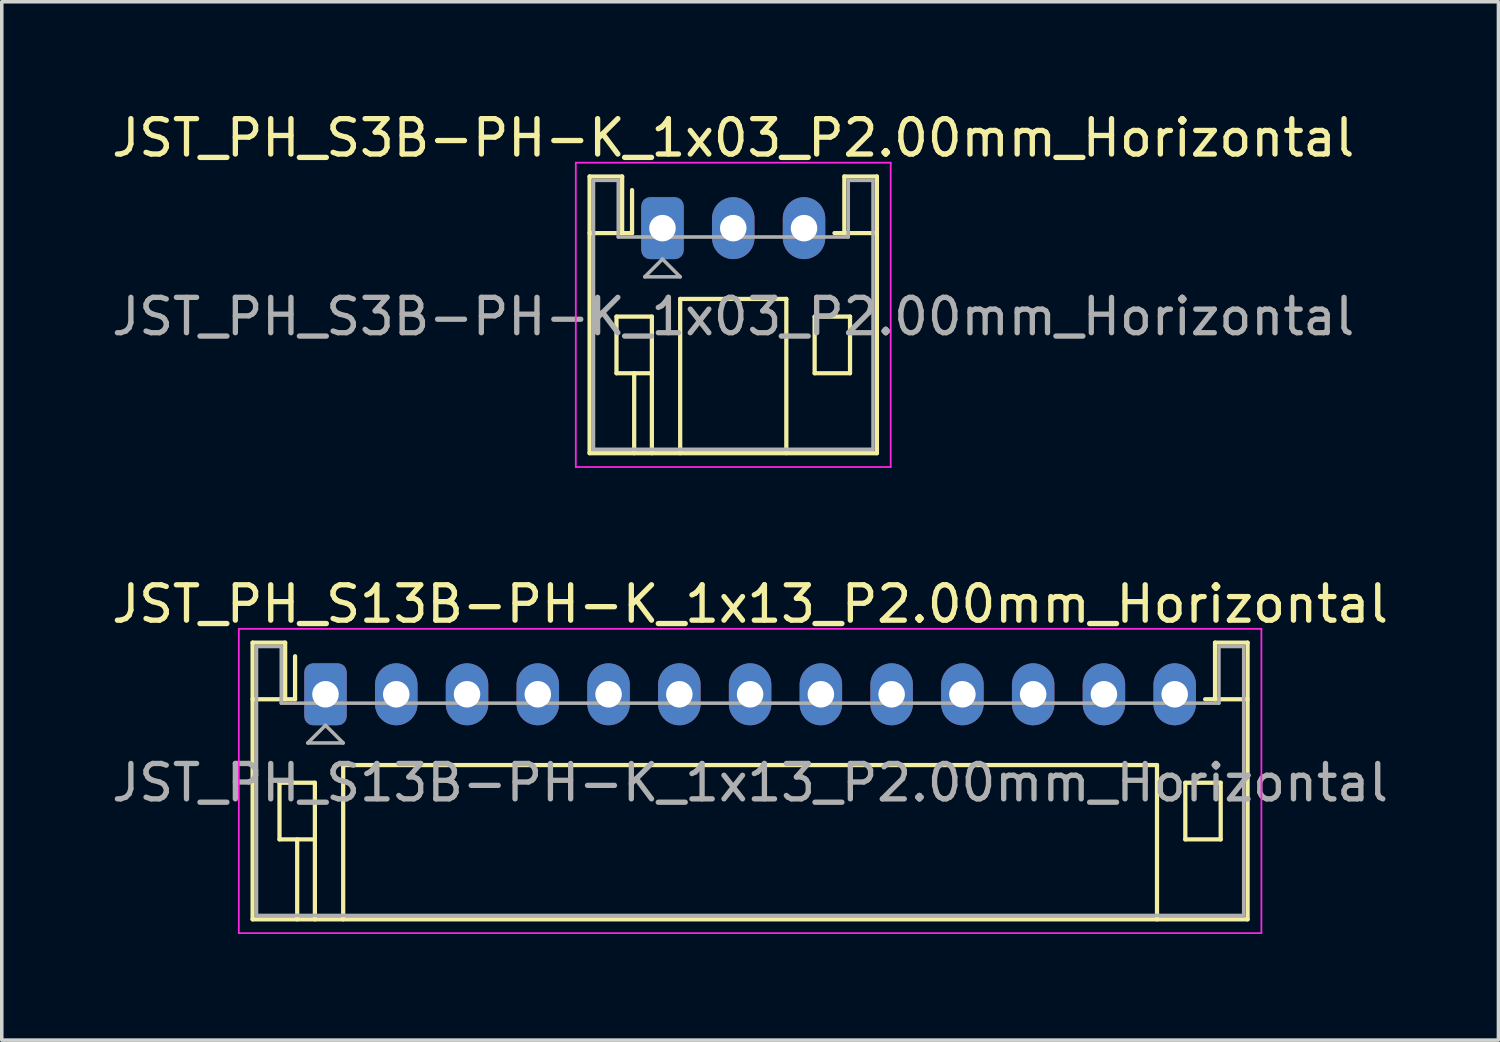
<source format=kicad_pcb>
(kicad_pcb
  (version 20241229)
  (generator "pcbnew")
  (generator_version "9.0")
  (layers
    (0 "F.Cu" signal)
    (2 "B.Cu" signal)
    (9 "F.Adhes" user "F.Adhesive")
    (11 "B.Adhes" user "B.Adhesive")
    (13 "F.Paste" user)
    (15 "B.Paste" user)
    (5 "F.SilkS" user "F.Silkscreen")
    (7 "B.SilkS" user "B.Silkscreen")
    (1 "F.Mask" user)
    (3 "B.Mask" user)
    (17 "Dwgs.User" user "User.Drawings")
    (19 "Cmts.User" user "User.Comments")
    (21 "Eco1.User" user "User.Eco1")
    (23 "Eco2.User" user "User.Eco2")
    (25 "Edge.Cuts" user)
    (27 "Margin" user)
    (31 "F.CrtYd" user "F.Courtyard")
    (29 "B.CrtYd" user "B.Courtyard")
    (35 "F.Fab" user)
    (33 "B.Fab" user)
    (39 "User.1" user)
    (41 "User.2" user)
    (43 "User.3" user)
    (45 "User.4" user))
  (footprint "JST_PH_S3B-PH-K_1x03_P2.00mm_Horizontal"
    (layer "F.Cu")
    (at 15.673 3.398)
    (property "Reference" "JST_PH_S3B-PH-K_1x03_P2.00mm_Horizontal" (at 2 -2.55 0) (layer "F.SilkS") (effects (font (size 1 1) (thickness 0.15))))
    (attr through_hole)
    (fp_line (start -2.06 -1.46) (end -2.06 6.36) (stroke (width 0.12) (type solid)) (layer "F.SilkS"))
    (fp_line (start -2.06 0.14) (end -1.14 0.14) (stroke (width 0.12) (type solid)) (layer "F.SilkS"))
    (fp_line (start -2.06 6.36) (end 6.06 6.36) (stroke (width 0.12) (type solid)) (layer "F.SilkS"))
    (fp_line (start -1.3 2.5) (end -1.3 4.1) (stroke (width 0.12) (type solid)) (layer "F.SilkS"))
    (fp_line (start -1.3 4.1) (end -0.3 4.1) (stroke (width 0.12) (type solid)) (layer "F.SilkS"))
    (fp_line (start -1.14 -1.46) (end -2.06 -1.46) (stroke (width 0.12) (type solid)) (layer "F.SilkS"))
    (fp_line (start -1.14 0.14) (end -1.14 -1.46) (stroke (width 0.12) (type solid)) (layer "F.SilkS"))
    (fp_line (start -0.86 0.14) (end -1.14 0.14) (stroke (width 0.12) (type solid)) (layer "F.SilkS"))
    (fp_line (start -0.86 0.14) (end -0.86 -1.075) (stroke (width 0.12) (type solid)) (layer "F.SilkS"))
    (fp_line (start -0.8 4.1) (end -0.8 6.36) (stroke (width 0.12) (type solid)) (layer "F.SilkS"))
    (fp_line (start -0.3 2.5) (end -1.3 2.5) (stroke (width 0.12) (type solid)) (layer "F.SilkS"))
    (fp_line (start -0.3 4.1) (end -0.3 2.5) (stroke (width 0.12) (type solid)) (layer "F.SilkS"))
    (fp_line (start -0.3 4.1) (end -0.3 6.36) (stroke (width 0.12) (type solid)) (layer "F.SilkS"))
    (fp_line (start 0.5 2) (end 3.5 2) (stroke (width 0.12) (type solid)) (layer "F.SilkS"))
    (fp_line (start 0.5 6.36) (end 0.5 2) (stroke (width 0.12) (type solid)) (layer "F.SilkS"))
    (fp_line (start 3.5 2) (end 3.5 6.36) (stroke (width 0.12) (type solid)) (layer "F.SilkS"))
    (fp_line (start 4.3 2.5) (end 5.3 2.5) (stroke (width 0.12) (type solid)) (layer "F.SilkS"))
    (fp_line (start 4.3 4.1) (end 4.3 2.5) (stroke (width 0.12) (type solid)) (layer "F.SilkS"))
    (fp_line (start 5.14 -1.46) (end 5.14 0.14) (stroke (width 0.12) (type solid)) (layer "F.SilkS"))
    (fp_line (start 5.14 0.14) (end 4.86 0.14) (stroke (width 0.12) (type solid)) (layer "F.SilkS"))
    (fp_line (start 5.3 2.5) (end 5.3 4.1) (stroke (width 0.12) (type solid)) (layer "F.SilkS"))
    (fp_line (start 5.3 4.1) (end 4.3 4.1) (stroke (width 0.12) (type solid)) (layer "F.SilkS"))
    (fp_line (start 6.06 -1.46) (end 5.14 -1.46) (stroke (width 0.12) (type solid)) (layer "F.SilkS"))
    (fp_line (start 6.06 0.14) (end 5.14 0.14) (stroke (width 0.12) (type solid)) (layer "F.SilkS"))
    (fp_line (start 6.06 6.36) (end 6.06 -1.46) (stroke (width 0.12) (type solid)) (layer "F.SilkS"))
    (fp_line (start -2.45 -1.85) (end -2.45 6.75) (stroke (width 0.05) (type solid)) (layer "F.CrtYd"))
    (fp_line (start -2.45 6.75) (end 6.45 6.75) (stroke (width 0.05) (type solid)) (layer "F.CrtYd"))
    (fp_line (start 6.45 -1.85) (end -2.45 -1.85) (stroke (width 0.05) (type solid)) (layer "F.CrtYd"))
    (fp_line (start 6.45 6.75) (end 6.45 -1.85) (stroke (width 0.05) (type solid)) (layer "F.CrtYd"))
    (fp_line (start -1.95 -1.35) (end -1.95 6.25) (stroke (width 0.1) (type solid)) (layer "F.Fab"))
    (fp_line (start -1.95 6.25) (end 5.95 6.25) (stroke (width 0.1) (type solid)) (layer "F.Fab"))
    (fp_line (start -1.25 -1.35) (end -1.95 -1.35) (stroke (width 0.1) (type solid)) (layer "F.Fab"))
    (fp_line (start -1.25 0.25) (end -1.25 -1.35) (stroke (width 0.1) (type solid)) (layer "F.Fab"))
    (fp_line (start -0.5 1.375) (end 0.5 1.375) (stroke (width 0.1) (type solid)) (layer "F.Fab"))
    (fp_line (start 0 0.875) (end -0.5 1.375) (stroke (width 0.1) (type solid)) (layer "F.Fab"))
    (fp_line (start 0.5 1.375) (end 0 0.875) (stroke (width 0.1) (type solid)) (layer "F.Fab"))
    (fp_line (start 5.25 -1.35) (end 5.25 0.25) (stroke (width 0.1) (type solid)) (layer "F.Fab"))
    (fp_line (start 5.25 0.25) (end -1.25 0.25) (stroke (width 0.1) (type solid)) (layer "F.Fab"))
    (fp_line (start 5.95 -1.35) (end 5.25 -1.35) (stroke (width 0.1) (type solid)) (layer "F.Fab"))
    (fp_line (start 5.95 6.25) (end 5.95 -1.35) (stroke (width 0.1) (type solid)) (layer "F.Fab"))
    (fp_text user "${REFERENCE}" (at 2 2.5 0) (layer "F.Fab") (effects (font (size 1 1) (thickness 0.15))))
    (pad "1" thru_hole roundrect (at 0 0) (size 1.2 1.75) (drill 0.75) (layers "*.Cu" "*.Mask") (roundrect_rratio 0.208))
    (pad "2" thru_hole oval (at 2 0) (size 1.2 1.75) (drill 0.75) (layers "*.Cu" "*.Mask"))
    (pad "3" thru_hole oval (at 4 0) (size 1.2 1.75) (drill 0.75) (layers "*.Cu" "*.Mask")))
  (footprint "JST_PH_S13B-PH-K_1x13_P2.00mm_Horizontal"
    (layer "F.Cu")
    (at 6.149 16.572)
    (property "Reference" "JST_PH_S13B-PH-K_1x13_P2.00mm_Horizontal" (at 12 -2.55 0) (layer "F.SilkS") (effects (font (size 1 1) (thickness 0.15))))
    (attr through_hole)
    (fp_line (start -2.06 -1.46) (end -2.06 6.36) (stroke (width 0.12) (type solid)) (layer "F.SilkS"))
    (fp_line (start -2.06 0.14) (end -1.14 0.14) (stroke (width 0.12) (type solid)) (layer "F.SilkS"))
    (fp_line (start -2.06 6.36) (end 26.06 6.36) (stroke (width 0.12) (type solid)) (layer "F.SilkS"))
    (fp_line (start -1.3 2.5) (end -1.3 4.1) (stroke (width 0.12) (type solid)) (layer "F.SilkS"))
    (fp_line (start -1.3 4.1) (end -0.3 4.1) (stroke (width 0.12) (type solid)) (layer "F.SilkS"))
    (fp_line (start -1.14 -1.46) (end -2.06 -1.46) (stroke (width 0.12) (type solid)) (layer "F.SilkS"))
    (fp_line (start -1.14 0.14) (end -1.14 -1.46) (stroke (width 0.12) (type solid)) (layer "F.SilkS"))
    (fp_line (start -0.86 0.14) (end -1.14 0.14) (stroke (width 0.12) (type solid)) (layer "F.SilkS"))
    (fp_line (start -0.86 0.14) (end -0.86 -1.075) (stroke (width 0.12) (type solid)) (layer "F.SilkS"))
    (fp_line (start -0.8 4.1) (end -0.8 6.36) (stroke (width 0.12) (type solid)) (layer "F.SilkS"))
    (fp_line (start -0.3 2.5) (end -1.3 2.5) (stroke (width 0.12) (type solid)) (layer "F.SilkS"))
    (fp_line (start -0.3 4.1) (end -0.3 2.5) (stroke (width 0.12) (type solid)) (layer "F.SilkS"))
    (fp_line (start -0.3 4.1) (end -0.3 6.36) (stroke (width 0.12) (type solid)) (layer "F.SilkS"))
    (fp_line (start 0.5 2) (end 23.5 2) (stroke (width 0.12) (type solid)) (layer "F.SilkS"))
    (fp_line (start 0.5 6.36) (end 0.5 2) (stroke (width 0.12) (type solid)) (layer "F.SilkS"))
    (fp_line (start 23.5 2) (end 23.5 6.36) (stroke (width 0.12) (type solid)) (layer "F.SilkS"))
    (fp_line (start 24.3 2.5) (end 25.3 2.5) (stroke (width 0.12) (type solid)) (layer "F.SilkS"))
    (fp_line (start 24.3 4.1) (end 24.3 2.5) (stroke (width 0.12) (type solid)) (layer "F.SilkS"))
    (fp_line (start 25.14 -1.46) (end 25.14 0.14) (stroke (width 0.12) (type solid)) (layer "F.SilkS"))
    (fp_line (start 25.14 0.14) (end 24.86 0.14) (stroke (width 0.12) (type solid)) (layer "F.SilkS"))
    (fp_line (start 25.3 2.5) (end 25.3 4.1) (stroke (width 0.12) (type solid)) (layer "F.SilkS"))
    (fp_line (start 25.3 4.1) (end 24.3 4.1) (stroke (width 0.12) (type solid)) (layer "F.SilkS"))
    (fp_line (start 26.06 -1.46) (end 25.14 -1.46) (stroke (width 0.12) (type solid)) (layer "F.SilkS"))
    (fp_line (start 26.06 0.14) (end 25.14 0.14) (stroke (width 0.12) (type solid)) (layer "F.SilkS"))
    (fp_line (start 26.06 6.36) (end 26.06 -1.46) (stroke (width 0.12) (type solid)) (layer "F.SilkS"))
    (fp_line (start -2.45 -1.85) (end -2.45 6.75) (stroke (width 0.05) (type solid)) (layer "F.CrtYd"))
    (fp_line (start -2.45 6.75) (end 26.45 6.75) (stroke (width 0.05) (type solid)) (layer "F.CrtYd"))
    (fp_line (start 26.45 -1.85) (end -2.45 -1.85) (stroke (width 0.05) (type solid)) (layer "F.CrtYd"))
    (fp_line (start 26.45 6.75) (end 26.45 -1.85) (stroke (width 0.05) (type solid)) (layer "F.CrtYd"))
    (fp_line (start -1.95 -1.35) (end -1.95 6.25) (stroke (width 0.1) (type solid)) (layer "F.Fab"))
    (fp_line (start -1.95 6.25) (end 25.95 6.25) (stroke (width 0.1) (type solid)) (layer "F.Fab"))
    (fp_line (start -1.25 -1.35) (end -1.95 -1.35) (stroke (width 0.1) (type solid)) (layer "F.Fab"))
    (fp_line (start -1.25 0.25) (end -1.25 -1.35) (stroke (width 0.1) (type solid)) (layer "F.Fab"))
    (fp_line (start -0.5 1.375) (end 0.5 1.375) (stroke (width 0.1) (type solid)) (layer "F.Fab"))
    (fp_line (start 0 0.875) (end -0.5 1.375) (stroke (width 0.1) (type solid)) (layer "F.Fab"))
    (fp_line (start 0.5 1.375) (end 0 0.875) (stroke (width 0.1) (type solid)) (layer "F.Fab"))
    (fp_line (start 25.25 -1.35) (end 25.25 0.25) (stroke (width 0.1) (type solid)) (layer "F.Fab"))
    (fp_line (start 25.25 0.25) (end -1.25 0.25) (stroke (width 0.1) (type solid)) (layer "F.Fab"))
    (fp_line (start 25.95 -1.35) (end 25.25 -1.35) (stroke (width 0.1) (type solid)) (layer "F.Fab"))
    (fp_line (start 25.95 6.25) (end 25.95 -1.35) (stroke (width 0.1) (type solid)) (layer "F.Fab"))
    (fp_text user "${REFERENCE}" (at 12 2.5 0) (layer "F.Fab") (effects (font (size 1 1) (thickness 0.15))))
    (pad "1" thru_hole roundrect (at 0 0) (size 1.2 1.75) (drill 0.75) (layers "*.Cu" "*.Mask") (roundrect_rratio 0.208))
    (pad "2" thru_hole oval (at 2 0) (size 1.2 1.75) (drill 0.75) (layers "*.Cu" "*.Mask"))
    (pad "3" thru_hole oval (at 4 0) (size 1.2 1.75) (drill 0.75) (layers "*.Cu" "*.Mask"))
    (pad "4" thru_hole oval (at 6 0) (size 1.2 1.75) (drill 0.75) (layers "*.Cu" "*.Mask"))
    (pad "5" thru_hole oval (at 8 0) (size 1.2 1.75) (drill 0.75) (layers "*.Cu" "*.Mask"))
    (pad "6" thru_hole oval (at 10 0) (size 1.2 1.75) (drill 0.75) (layers "*.Cu" "*.Mask"))
    (pad "7" thru_hole oval (at 12 0) (size 1.2 1.75) (drill 0.75) (layers "*.Cu" "*.Mask"))
    (pad "8" thru_hole oval (at 14 0) (size 1.2 1.75) (drill 0.75) (layers "*.Cu" "*.Mask"))
    (pad "9" thru_hole oval (at 16 0) (size 1.2 1.75) (drill 0.75) (layers "*.Cu" "*.Mask"))
    (pad "10" thru_hole oval (at 18 0) (size 1.2 1.75) (drill 0.75) (layers "*.Cu" "*.Mask"))
    (pad "11" thru_hole oval (at 20 0) (size 1.2 1.75) (drill 0.75) (layers "*.Cu" "*.Mask"))
    (pad "12" thru_hole oval (at 22 0) (size 1.2 1.75) (drill 0.75) (layers "*.Cu" "*.Mask"))
    (pad "13" thru_hole oval (at 24 0) (size 1.2 1.75) (drill 0.75) (layers "*.Cu" "*.Mask")))
  (gr_rect
    (start -3 -3)
    (end 39.298 26.346)
    (stroke (width 0.1) (type default))
    (fill no)
    (layer "Edge.Cuts")))
</source>
